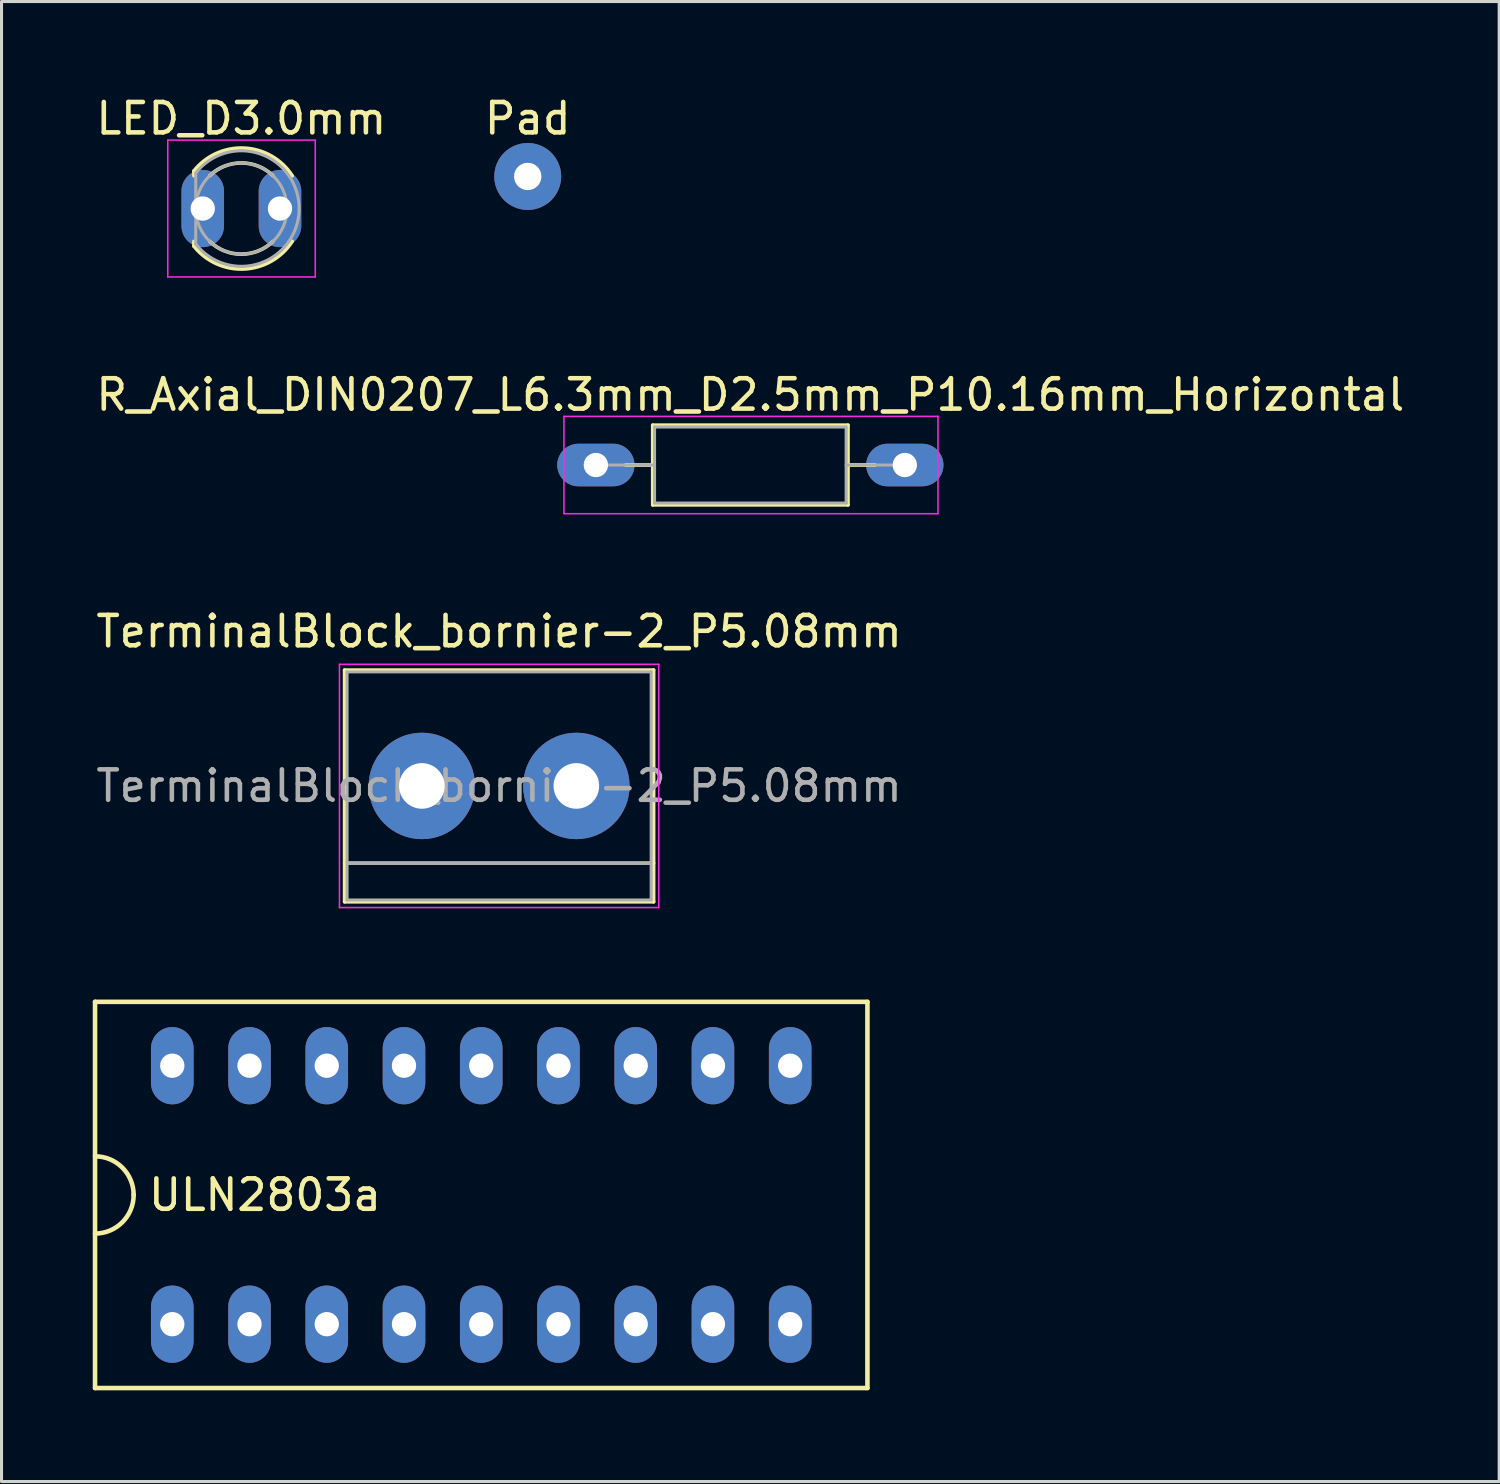
<source format=kicad_pcb>
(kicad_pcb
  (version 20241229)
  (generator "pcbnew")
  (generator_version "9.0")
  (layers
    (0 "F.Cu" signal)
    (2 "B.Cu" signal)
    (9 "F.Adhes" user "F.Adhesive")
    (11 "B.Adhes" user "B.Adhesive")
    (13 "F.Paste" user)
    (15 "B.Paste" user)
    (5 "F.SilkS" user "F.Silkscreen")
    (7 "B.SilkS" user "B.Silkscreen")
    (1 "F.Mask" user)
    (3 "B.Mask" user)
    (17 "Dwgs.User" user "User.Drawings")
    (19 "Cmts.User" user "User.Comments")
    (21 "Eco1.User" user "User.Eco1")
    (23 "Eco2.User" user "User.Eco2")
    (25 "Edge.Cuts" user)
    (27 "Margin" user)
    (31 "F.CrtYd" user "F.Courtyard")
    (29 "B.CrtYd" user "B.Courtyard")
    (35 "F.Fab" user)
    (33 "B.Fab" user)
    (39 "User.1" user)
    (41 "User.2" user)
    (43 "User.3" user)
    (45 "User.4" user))
  (footprint "LED_D3.0mm"
    (layer "F.Cu")
    (at 3.617 3.808)
    (property "Reference" "LED_D3.0mm" (at 1.27 -2.96 0) (layer "F.SilkS") (effects (font (size 1 1) (thickness 0.15))))
    (attr through_hole)
    (fp_line (start -0.29 -1.236) (end -0.29 -1.08) (stroke (width 0.12) (type solid)) (layer "F.SilkS"))
    (fp_line (start -0.29 1.08) (end -0.29 1.236) (stroke (width 0.12) (type solid)) (layer "F.SilkS"))
    (fp_arc (start -0.29 -1.235516) (mid 1.366487 -1.987659) (end 2.942335 -1.078608) (stroke (width 0.12) (type solid)) (layer "F.SilkS"))
    (fp_arc (start 0.229039 -1.08) (mid 1.270117 -1.5) (end 2.31113 -1.079837) (stroke (width 0.12) (type solid)) (layer "F.SilkS"))
    (fp_arc (start 2.31113 1.079837) (mid 1.270117 1.5) (end 0.229039 1.08) (stroke (width 0.12) (type solid)) (layer "F.SilkS"))
    (fp_arc (start 2.942335 1.078608) (mid 1.366487 1.987659) (end -0.29 1.235516) (stroke (width 0.12) (type solid)) (layer "F.SilkS"))
    (fp_line (start -1.15 -2.25) (end -1.15 2.25) (stroke (width 0.05) (type solid)) (layer "F.CrtYd"))
    (fp_line (start -1.15 2.25) (end 3.7 2.25) (stroke (width 0.05) (type solid)) (layer "F.CrtYd"))
    (fp_line (start 3.7 -2.25) (end -1.15 -2.25) (stroke (width 0.05) (type solid)) (layer "F.CrtYd"))
    (fp_line (start 3.7 2.25) (end 3.7 -2.25) (stroke (width 0.05) (type solid)) (layer "F.CrtYd"))
    (fp_line (start -0.23 -1.166) (end -0.23 1.166) (stroke (width 0.1) (type solid)) (layer "F.Fab"))
    (fp_arc (start -0.23 -1.16619) (mid 3.17 0.000452) (end -0.230555 1.165476) (stroke (width 0.1) (type solid)) (layer "F.Fab"))
    (fp_circle (center 1.27 0) (end 2.77 0) (stroke (width 0.1) (type solid)) (fill no) (layer "F.Fab"))
    (pad "1" thru_hole oval (at 0 0) (size 1.4 2.54) (drill 0.8) (layers "*.Cu" "*.Mask"))
    (pad "2" thru_hole oval (at 2.54 0) (size 1.4 2.54) (drill 0.8) (layers "*.Cu" "*.Mask")))
  (footprint "Pad"
    (layer "F.Cu")
    (at 14.304 2.753)
    (property "Reference" "Pad" (at 0 -1.905 0) (layer "F.SilkS") (effects (font (size 1 1) (thickness 0.15))))
    (attr through_hole)
    (pad "1" thru_hole circle (at 0 0) (size 2.2 2.2) (drill 0.9) (layers "*.Cu" "*.Mask")))
  (footprint "ULN2803a"
    (placed yes)
    (layer "F.Cu")
    (at 12.775 36.245)
    (property "Reference" "ULN2803a" (at -7.112 0 0) (layer "F.SilkS") (effects (font (size 1 1) (thickness 0.15))))
    (attr exclude_from_pos_files exclude_from_bom)
    (fp_line (start -12.7 -6.35) (end 12.7 -6.35) (stroke (width 0.15) (type solid)) (layer "F.SilkS"))
    (fp_line (start -12.7 6.35) (end -12.7 -6.35) (stroke (width 0.15) (type solid)) (layer "F.SilkS"))
    (fp_line (start 12.7 -6.35) (end 12.7 6.35) (stroke (width 0.15) (type solid)) (layer "F.SilkS"))
    (fp_line (start 12.7 6.35) (end -12.7 6.35) (stroke (width 0.15) (type solid)) (layer "F.SilkS"))
    (fp_arc (start -12.7 -1.27) (mid -11.801974 -0.898026) (end -11.43 0) (stroke (width 0.15) (type solid)) (layer "F.SilkS"))
    (fp_arc (start -11.43 0) (mid -11.801974 0.898026) (end -12.7 1.27) (stroke (width 0.15) (type solid)) (layer "F.SilkS"))
    (pad "1" thru_hole oval (at -10.16 4.25) (size 1.4 2.54) (drill 0.8) (layers "*.Cu" "*.Mask"))
    (pad "2" thru_hole oval (at -7.62 4.25) (size 1.4 2.54) (drill 0.8) (layers "*.Cu" "*.Mask"))
    (pad "3" thru_hole oval (at -5.08 4.25) (size 1.4 2.54) (drill 0.8) (layers "*.Cu" "*.Mask"))
    (pad "4" thru_hole oval (at -2.54 4.25) (size 1.4 2.54) (drill 0.8) (layers "*.Cu" "*.Mask"))
    (pad "5" thru_hole oval (at 0 4.25) (size 1.4 2.54) (drill 0.8) (layers "*.Cu" "*.Mask"))
    (pad "6" thru_hole oval (at 2.54 4.25) (size 1.4 2.54) (drill 0.8) (layers "*.Cu" "*.Mask"))
    (pad "7" thru_hole oval (at 5.08 4.25) (size 1.4 2.54) (drill 0.8) (layers "*.Cu" "*.Mask"))
    (pad "8" thru_hole oval (at 7.62 4.25) (size 1.4 2.54) (drill 0.8) (layers "*.Cu" "*.Mask"))
    (pad "9" thru_hole oval (at 10.16 4.25) (size 1.4 2.54) (drill 0.8) (layers "*.Cu" "*.Mask"))
    (pad "10" thru_hole oval (at 10.16 -4.25) (size 1.4 2.54) (drill 0.8) (layers "*.Cu" "*.Mask"))
    (pad "11" thru_hole oval (at 7.62 -4.25) (size 1.4 2.54) (drill 0.8) (layers "*.Cu" "*.Mask"))
    (pad "12" thru_hole oval (at 5.08 -4.25) (size 1.4 2.54) (drill 0.8) (layers "*.Cu" "*.Mask"))
    (pad "13" thru_hole oval (at 2.54 -4.25) (size 1.4 2.54) (drill 0.8) (layers "*.Cu" "*.Mask"))
    (pad "14" thru_hole oval (at 0 -4.25) (size 1.4 2.54) (drill 0.8) (layers "*.Cu" "*.Mask"))
    (pad "15" thru_hole oval (at -2.54 -4.25) (size 1.4 2.54) (drill 0.8) (layers "*.Cu" "*.Mask"))
    (pad "16" thru_hole oval (at -5.08 -4.25) (size 1.4 2.54) (drill 0.8) (layers "*.Cu" "*.Mask"))
    (pad "17" thru_hole oval (at -7.62 -4.25) (size 1.4 2.54) (drill 0.8) (layers "*.Cu" "*.Mask"))
    (pad "18" thru_hole oval (at -10.16 -4.25) (size 1.4 2.54) (drill 0.8) (layers "*.Cu" "*.Mask")))
  (footprint "R_Axial_DIN0207_L6.3mm_D2.5mm_P10.16mm_Horizontal"
    (layer "F.Cu")
    (at 16.545 12.242)
    (property "Reference" "R_Axial_DIN0207_L6.3mm_D2.5mm_P10.16mm_Horizontal" (at 5.08 -2.31 0) (layer "F.SilkS") (effects (font (size 1 1) (thickness 0.15))))
    (attr through_hole)
    (fp_line (start 0.98 0) (end 1.87 0) (stroke (width 0.12) (type solid)) (layer "F.SilkS"))
    (fp_line (start 1.87 -1.31) (end 1.87 1.31) (stroke (width 0.12) (type solid)) (layer "F.SilkS"))
    (fp_line (start 1.87 1.31) (end 8.29 1.31) (stroke (width 0.12) (type solid)) (layer "F.SilkS"))
    (fp_line (start 8.29 -1.31) (end 1.87 -1.31) (stroke (width 0.12) (type solid)) (layer "F.SilkS"))
    (fp_line (start 8.29 1.31) (end 8.29 -1.31) (stroke (width 0.12) (type solid)) (layer "F.SilkS"))
    (fp_line (start 9.18 0) (end 8.29 0) (stroke (width 0.12) (type solid)) (layer "F.SilkS"))
    (fp_line (start -1.05 -1.6) (end -1.05 1.6) (stroke (width 0.05) (type solid)) (layer "F.CrtYd"))
    (fp_line (start -1.05 1.6) (end 11.25 1.6) (stroke (width 0.05) (type solid)) (layer "F.CrtYd"))
    (fp_line (start 11.25 -1.6) (end -1.05 -1.6) (stroke (width 0.05) (type solid)) (layer "F.CrtYd"))
    (fp_line (start 11.25 1.6) (end 11.25 -1.6) (stroke (width 0.05) (type solid)) (layer "F.CrtYd"))
    (fp_line (start 0 0) (end 1.93 0) (stroke (width 0.1) (type solid)) (layer "F.Fab"))
    (fp_line (start 1.93 -1.25) (end 1.93 1.25) (stroke (width 0.1) (type solid)) (layer "F.Fab"))
    (fp_line (start 1.93 1.25) (end 8.23 1.25) (stroke (width 0.1) (type solid)) (layer "F.Fab"))
    (fp_line (start 8.23 -1.25) (end 1.93 -1.25) (stroke (width 0.1) (type solid)) (layer "F.Fab"))
    (fp_line (start 8.23 1.25) (end 8.23 -1.25) (stroke (width 0.1) (type solid)) (layer "F.Fab"))
    (fp_line (start 10.16 0) (end 8.23 0) (stroke (width 0.1) (type solid)) (layer "F.Fab"))
    (pad "1" thru_hole oval (at 0 0) (size 2.54 1.4) (drill 0.8) (layers "*.Cu" "*.Mask"))
    (pad "2" thru_hole oval (at 10.16 0) (size 2.54 1.4) (drill 0.8) (layers "*.Cu" "*.Mask")))
  (footprint "TerminalBlock_bornier-2_P5.08mm"
    (layer "F.Cu")
    (at 10.823 22.795)
    (property "Reference" "TerminalBlock_bornier-2_P5.08mm" (at 2.54 -5.08 0) (layer "F.SilkS") (effects (font (size 1 1) (thickness 0.15))))
    (attr through_hole)
    (fp_line (start -2.54 -3.81) (end -2.54 3.81) (stroke (width 0.12) (type solid)) (layer "F.SilkS"))
    (fp_line (start -2.54 3.81) (end 7.62 3.81) (stroke (width 0.12) (type solid)) (layer "F.SilkS"))
    (fp_line (start 7.62 -3.81) (end -2.54 -3.81) (stroke (width 0.12) (type solid)) (layer "F.SilkS"))
    (fp_line (start 7.62 2.54) (end -2.54 2.54) (stroke (width 0.12) (type solid)) (layer "F.SilkS"))
    (fp_line (start 7.62 3.81) (end 7.62 -3.81) (stroke (width 0.12) (type solid)) (layer "F.SilkS"))
    (fp_line (start -2.71 -4) (end -2.71 4) (stroke (width 0.05) (type solid)) (layer "F.CrtYd"))
    (fp_line (start -2.71 -4) (end 7.79 -4) (stroke (width 0.05) (type solid)) (layer "F.CrtYd"))
    (fp_line (start 7.79 4) (end -2.71 4) (stroke (width 0.05) (type solid)) (layer "F.CrtYd"))
    (fp_line (start 7.79 4) (end 7.79 -4) (stroke (width 0.05) (type solid)) (layer "F.CrtYd"))
    (fp_line (start -2.46 -3.75) (end -2.46 3.75) (stroke (width 0.1) (type solid)) (layer "F.Fab"))
    (fp_line (start -2.46 3.75) (end 7.54 3.75) (stroke (width 0.1) (type solid)) (layer "F.Fab"))
    (fp_line (start -2.41 2.55) (end 7.49 2.55) (stroke (width 0.1) (type solid)) (layer "F.Fab"))
    (fp_line (start 7.54 -3.75) (end -2.46 -3.75) (stroke (width 0.1) (type solid)) (layer "F.Fab"))
    (fp_line (start 7.54 3.75) (end 7.54 -3.75) (stroke (width 0.1) (type solid)) (layer "F.Fab"))
    (fp_text user "${REFERENCE}" (at 2.54 0 0) (layer "F.Fab") (effects (font (size 1 1) (thickness 0.15))))
    (pad "1" thru_hole circle (at 0 0) (size 3.5 3.5) (drill 1.5) (layers "*.Cu" "*.Mask"))
    (pad "2" thru_hole circle (at 5.08 0) (size 3.5 3.5) (drill 1.5) (layers "*.Cu" "*.Mask")))
  (gr_rect
    (start -3 -3)
    (end 46.25 45.67)
    (stroke (width 0.1) (type default))
    (fill no)
    (layer "Edge.Cuts")))
</source>
